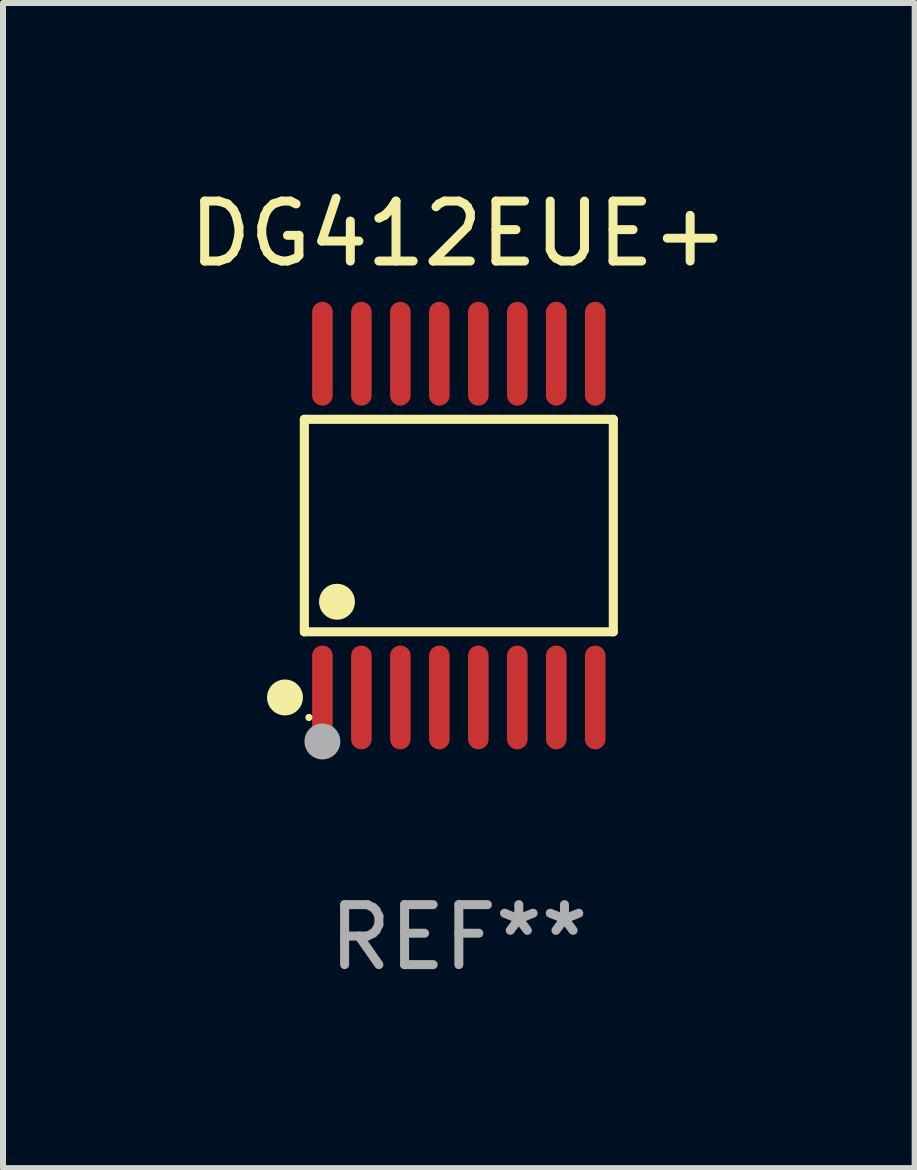
<source format=kicad_pcb>
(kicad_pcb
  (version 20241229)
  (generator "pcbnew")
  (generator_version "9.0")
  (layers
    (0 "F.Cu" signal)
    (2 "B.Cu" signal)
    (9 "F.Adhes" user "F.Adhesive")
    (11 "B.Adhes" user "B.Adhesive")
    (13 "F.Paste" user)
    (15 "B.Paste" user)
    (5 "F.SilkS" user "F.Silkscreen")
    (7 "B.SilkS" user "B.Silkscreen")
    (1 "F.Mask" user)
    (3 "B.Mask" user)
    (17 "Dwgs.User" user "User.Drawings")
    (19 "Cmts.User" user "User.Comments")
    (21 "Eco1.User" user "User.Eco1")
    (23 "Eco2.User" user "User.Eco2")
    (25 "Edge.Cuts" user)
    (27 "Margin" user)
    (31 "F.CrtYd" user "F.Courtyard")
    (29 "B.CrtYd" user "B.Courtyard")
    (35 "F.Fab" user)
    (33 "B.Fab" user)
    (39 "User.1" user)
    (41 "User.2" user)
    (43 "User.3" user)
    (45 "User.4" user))
  (footprint "DG412EUE+"
    (layer "F.Cu")
    (at 4.601 5.714)
    (property "Reference" "DG412EUE+" (at 0 -4.866 0) (layer "F.SilkS") (effects (font (size 1 1) (thickness 0.15))))
    (attr through_hole)
    (fp_line (start -2.576 -1.772) (end 2.576 -1.772) (stroke (width 0.152) (type solid)) (layer "F.SilkS"))
    (fp_line (start -2.576 1.771) (end -2.576 -1.772) (stroke (width 0.152) (type solid)) (layer "F.SilkS"))
    (fp_line (start 2.576 -1.772) (end 2.576 1.771) (stroke (width 0.152) (type solid)) (layer "F.SilkS"))
    (fp_line (start 2.576 1.771) (end -2.576 1.771) (stroke (width 0.152) (type solid)) (layer "F.SilkS"))
    (fp_circle (center -2.899 2.866) (end -2.749 2.866) (stroke (width 0.3) (type solid)) (fill no) (layer "F.SilkS"))
    (fp_circle (center -2.5 3.2) (end -2.47 3.2) (stroke (width 0.06) (type solid)) (fill no) (layer "F.SilkS"))
    (fp_circle (center -2.032 1.27) (end -1.882 1.27) (stroke (width 0.3) (type solid)) (fill no) (layer "F.SilkS"))
    (fp_circle (center -2.275 3.6) (end -2.125 3.6) (stroke (width 0.3) (type solid)) (fill no) (layer "F.Fab"))
    (fp_text user "REF**" (at 0 6.866 0) (layer "F.Fab") (effects (font (size 1 1) (thickness 0.15))))
    (pad "1" smd oval (at -2.275 2.866) (size 0.343 1.731) (layers "F.Cu" "F.Mask" "F.Paste"))
    (pad "2" smd oval (at -1.625 2.866) (size 0.343 1.731) (layers "F.Cu" "F.Mask" "F.Paste"))
    (pad "3" smd oval (at -0.975 2.866) (size 0.343 1.731) (layers "F.Cu" "F.Mask" "F.Paste"))
    (pad "4" smd oval (at -0.325 2.866) (size 0.343 1.731) (layers "F.Cu" "F.Mask" "F.Paste"))
    (pad "5" smd oval (at 0.325 2.866) (size 0.343 1.731) (layers "F.Cu" "F.Mask" "F.Paste"))
    (pad "6" smd oval (at 0.975 2.866) (size 0.343 1.731) (layers "F.Cu" "F.Mask" "F.Paste"))
    (pad "7" smd oval (at 1.625 2.866) (size 0.343 1.731) (layers "F.Cu" "F.Mask" "F.Paste"))
    (pad "8" smd oval (at 2.275 2.866) (size 0.343 1.731) (layers "F.Cu" "F.Mask" "F.Paste"))
    (pad "9" smd oval (at 2.275 -2.866) (size 0.343 1.731) (layers "F.Cu" "F.Mask" "F.Paste"))
    (pad "10" smd oval (at 1.625 -2.866) (size 0.343 1.731) (layers "F.Cu" "F.Mask" "F.Paste"))
    (pad "11" smd oval (at 0.975 -2.866) (size 0.343 1.731) (layers "F.Cu" "F.Mask" "F.Paste"))
    (pad "12" smd oval (at 0.325 -2.866) (size 0.343 1.731) (layers "F.Cu" "F.Mask" "F.Paste"))
    (pad "13" smd oval (at -0.325 -2.866) (size 0.343 1.731) (layers "F.Cu" "F.Mask" "F.Paste"))
    (pad "14" smd oval (at -0.975 -2.866) (size 0.343 1.731) (layers "F.Cu" "F.Mask" "F.Paste"))
    (pad "15" smd oval (at -1.625 -2.866) (size 0.343 1.731) (layers "F.Cu" "F.Mask" "F.Paste"))
    (pad "16" smd oval (at -2.275 -2.866) (size 0.343 1.731) (layers "F.Cu" "F.Mask" "F.Paste")))
  (gr_rect
    (start -3 -3)
    (end 12.202 16.428)
    (stroke (width 0.1) (type default))
    (fill no)
    (layer "Edge.Cuts")))
</source>
